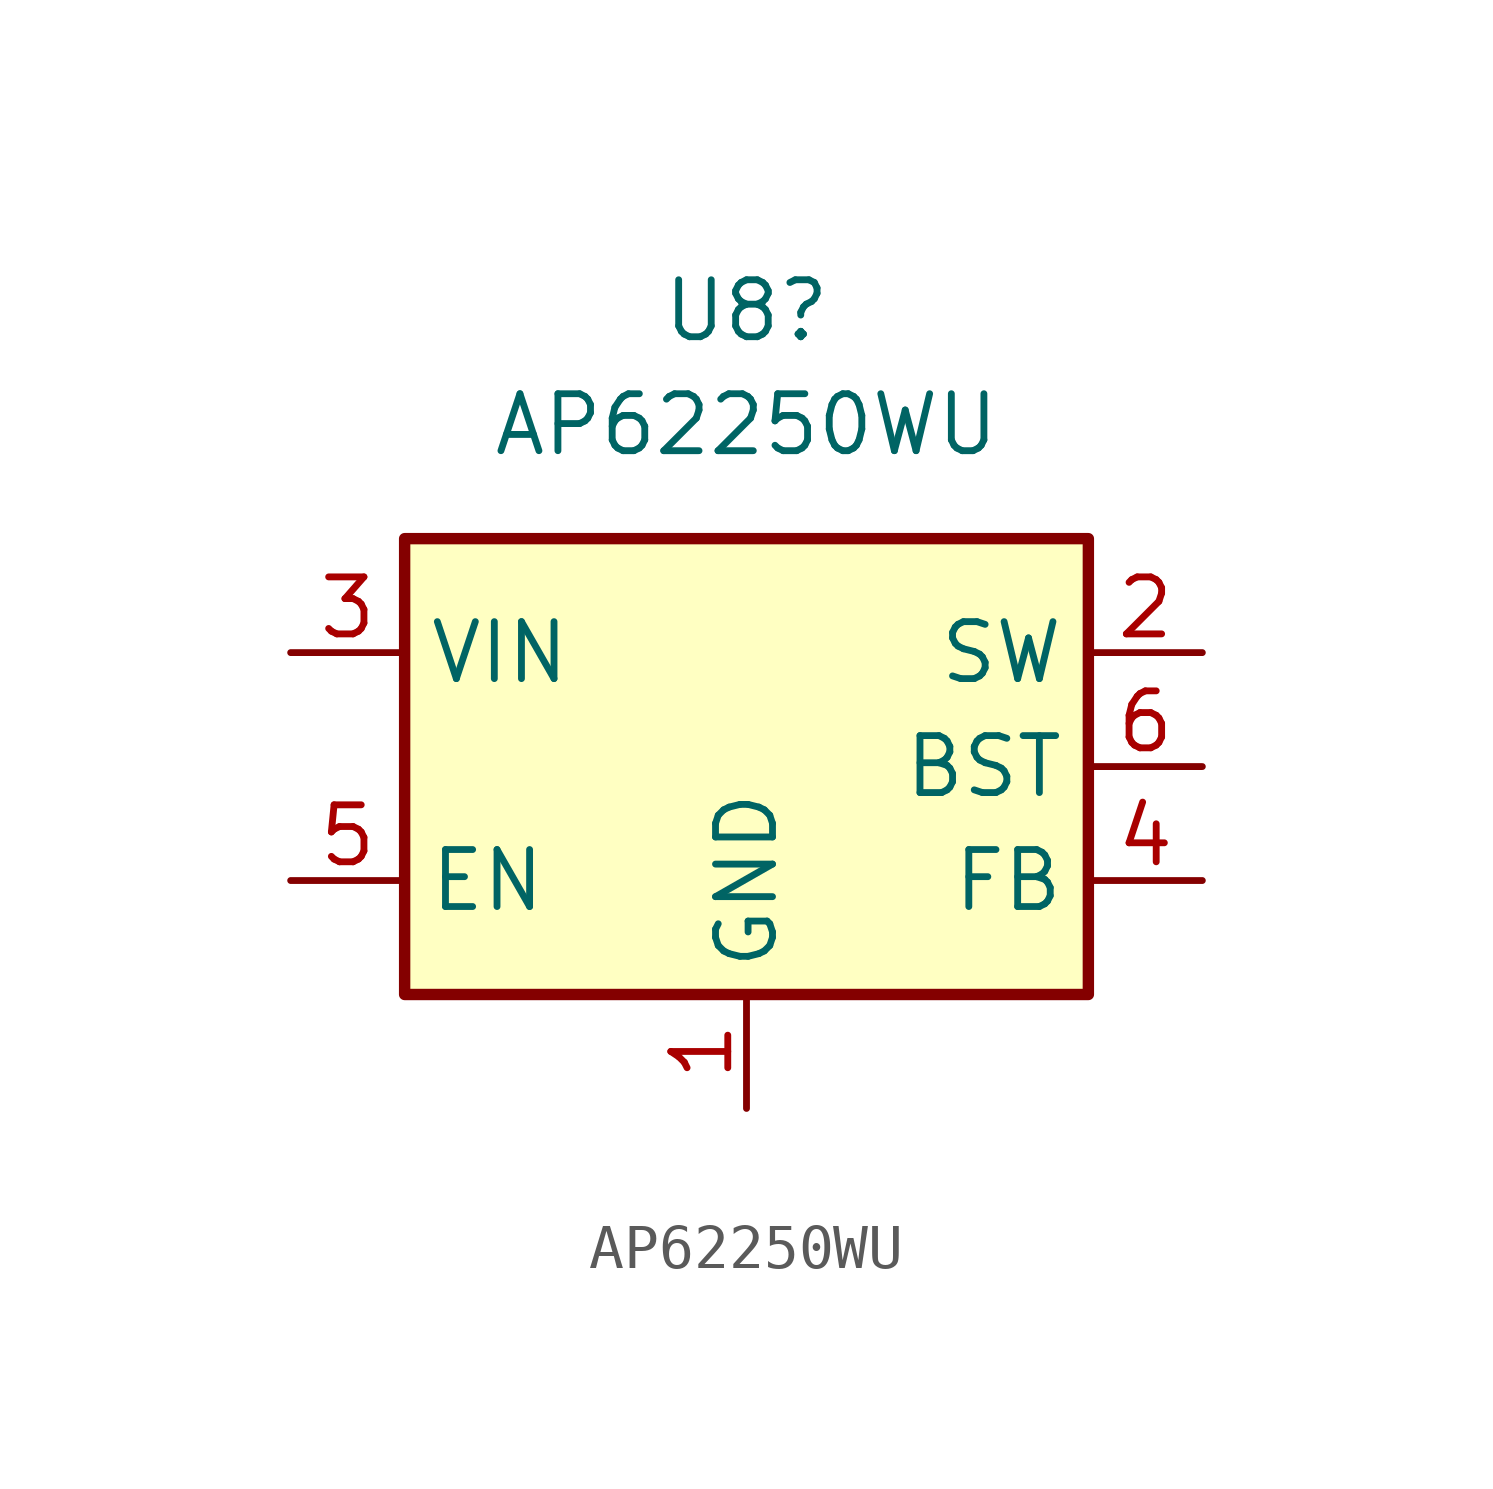
<source format=kicad_sym>
(kicad_symbol_lib
  (version 20220914)
  (generator kicad_symbol_editor)
  (symbol "AP62250WU"
    (property "Reference" "U8"
      (at 0 10.16 0)
      (effects (font (size 1.27 1.27))))
    (property "Value" "AP62250WU"
      (at 0 7.62 0)
      (effects (font (size 1.27 1.27))))
    (symbol "AP62250WU_0_1"
      (rectangle (start -7.62 5.08) (end 7.62 -5.08) (stroke (width 0.254) (type default)) (fill (type background))))
    (symbol "AP62250WU_1_1"
      (pin power_in line (at 0 -7.62 90) (length 2.54) (name "GND" (effects (font (size 1.27 1.27)))) (number "1" (effects (font (size 1.27 1.27)))))
      (pin output line (at 10.16 2.54 180) (length 2.54) (name "SW" (effects (font (size 1.27 1.27)))) (number "2" (effects (font (size 1.27 1.27)))))
      (pin power_in line (at -10.16 2.54 0) (length 2.54) (name "VIN" (effects (font (size 1.27 1.27)))) (number "3" (effects (font (size 1.27 1.27)))))
      (pin input line (at 10.16 -2.54 180) (length 2.54) (name "FB" (effects (font (size 1.27 1.27)))) (number "4" (effects (font (size 1.27 1.27)))))
      (pin input line (at -10.16 -2.54 0) (length 2.54) (name "EN" (effects (font (size 1.27 1.27)))) (number "5" (effects (font (size 1.27 1.27)))))
      (pin passive line (at 10.16 0 180) (length 2.54) (name "BST" (effects (font (size 1.27 1.27)))) (number "6" (effects (font (size 1.27 1.27))))))))
</source>
